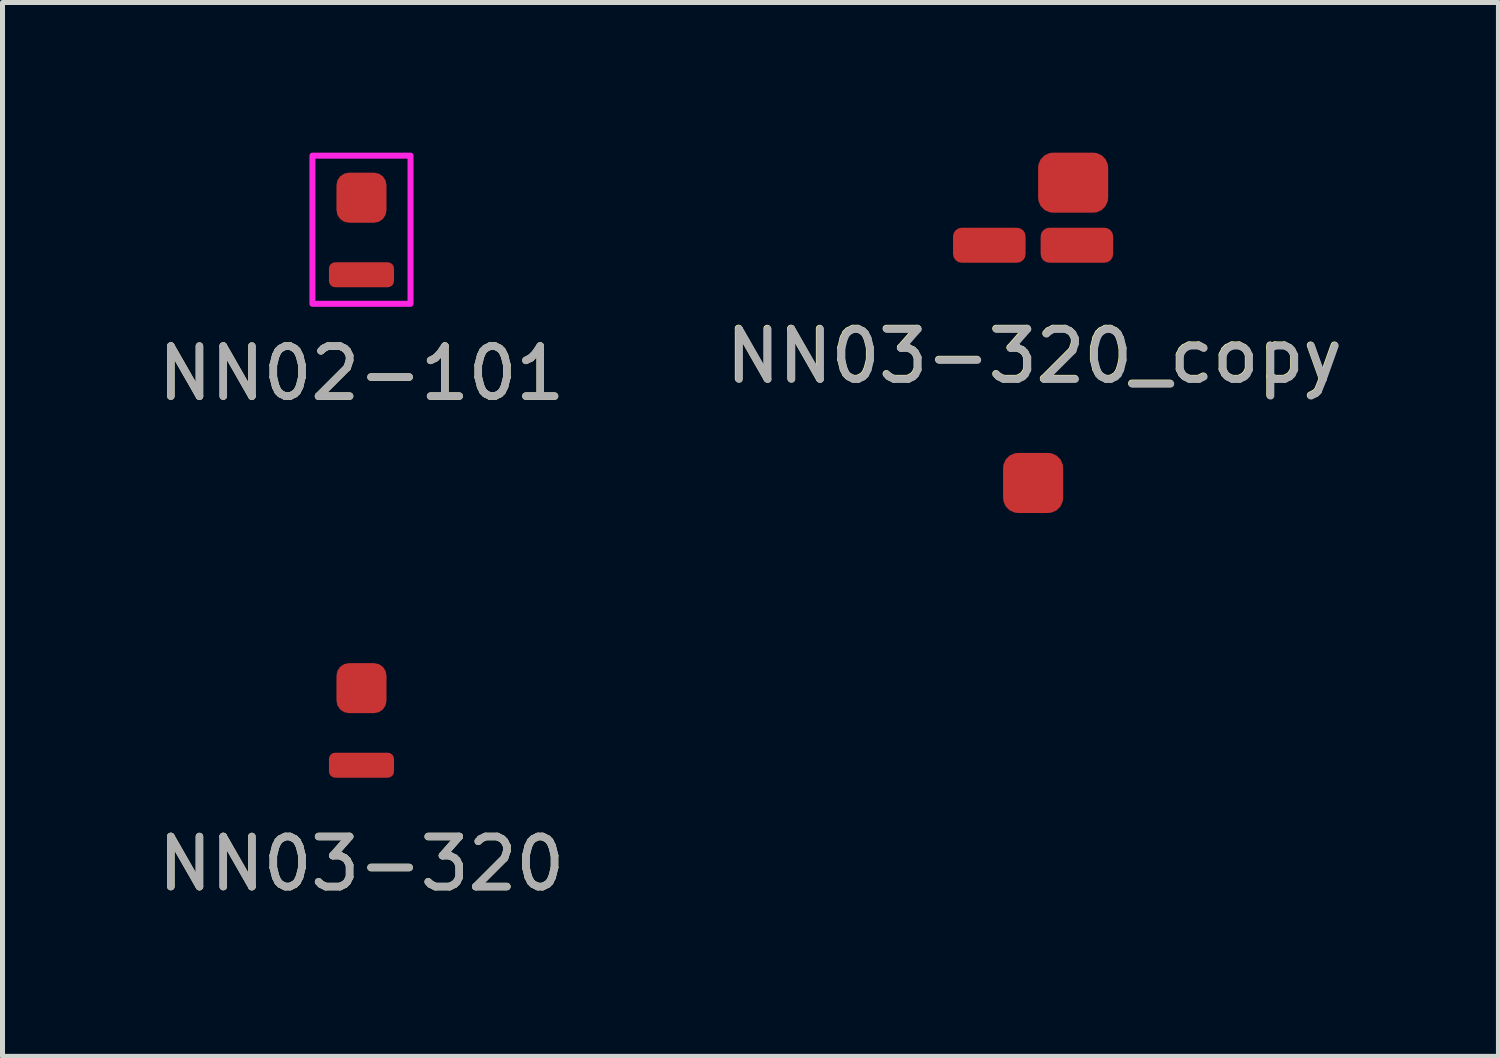
<source format=kicad_pcb>
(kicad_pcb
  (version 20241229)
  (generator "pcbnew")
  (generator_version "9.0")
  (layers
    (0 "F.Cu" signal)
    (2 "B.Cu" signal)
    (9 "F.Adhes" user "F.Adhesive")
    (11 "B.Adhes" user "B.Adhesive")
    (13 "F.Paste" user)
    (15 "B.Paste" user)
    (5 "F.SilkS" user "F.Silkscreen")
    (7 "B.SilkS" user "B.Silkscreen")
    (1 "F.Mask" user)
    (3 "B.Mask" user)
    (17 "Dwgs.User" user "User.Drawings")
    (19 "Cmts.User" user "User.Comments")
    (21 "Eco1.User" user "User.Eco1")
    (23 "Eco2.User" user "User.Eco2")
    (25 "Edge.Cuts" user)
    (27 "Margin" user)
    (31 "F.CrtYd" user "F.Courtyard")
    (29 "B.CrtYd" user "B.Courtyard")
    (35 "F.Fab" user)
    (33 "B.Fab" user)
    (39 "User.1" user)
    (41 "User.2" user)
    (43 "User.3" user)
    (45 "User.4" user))
  (footprint "NN03-320_copy"
    (layer "F.Cu")
    (at 17.593 4.06)
    (property "Reference" "NN03-320_copy" (at 0.02 0 0) (unlocked yes) (layer "F.SilkS") (effects (font (size 1 1) (thickness 0.15))))
    (attr smd)
    (fp_text user "${REFERENCE}" (at 0.03 0.01 0) (unlocked yes) (layer "F.Fab") (effects (font (size 1 1) (thickness 0.15))))
    (pad "1" smd roundrect (at 0 2.54) (size 1.2 1.2) (layers "F.Cu" "F.Mask" "F.Paste") (roundrect_rratio 0.25))
    (pad "2" smd roundrect (at -0.875 -2.21) (size 1.45 0.7) (layers "F.Cu" "F.Mask" "F.Paste") (roundrect_rratio 0.25))
    (pad "3" smd roundrect (at 0.875 -2.21) (size 1.45 0.7) (layers "F.Cu" "F.Mask" "F.Paste") (roundrect_rratio 0.25))
    (pad "4" smd roundrect (at 0.8 -3.46) (size 1.4 1.2) (layers "F.Cu" "F.Mask" "F.Paste") (roundrect_rratio 0.25)))
  (footprint "NN03-320"
    (layer "F.Cu")
    (at 4.173 11.52)
    (property "Reference" "NN03-320" (at 0 2.69 0) (unlocked yes) (layer "F.SilkS") (effects (font (size 1 1) (thickness 0.15))))
    (attr smd)
    (fp_text user "${REFERENCE}" (at 0 2.69 0) (unlocked yes) (layer "F.Fab") (effects (font (size 1 1) (thickness 0.15))))
    (pad "1" smd roundrect (at 0 -0.82) (size 1 1) (layers "F.Cu" "F.Mask" "F.Paste") (roundrect_rratio 0.25))
    (pad "2" smd roundrect (at 0 0.72) (size 1.3 0.5) (layers "F.Cu" "F.Mask" "F.Paste") (roundrect_rratio 0.25)))
  (footprint "NN02-101"
    (layer "F.Cu")
    (at 4.173 1.72)
    (property "Reference" "NN02-101" (at 0 2.69 0) (unlocked yes) (layer "F.SilkS") (effects (font (size 1 1) (thickness 0.15))))
    (attr smd)
    (fp_rect (start -0.98 -1.66) (end 0.98 1.3) (stroke (width 0.12) (type solid)) (fill no) (layer "F.CrtYd"))
    (fp_text user "${REFERENCE}" (at 0 2.69 0) (unlocked yes) (layer "F.Fab") (effects (font (size 1 1) (thickness 0.15))))
    (pad "1" smd roundrect (at 0 0.72) (size 1.3 0.5) (layers "F.Cu" "F.Mask" "F.Paste") (roundrect_rratio 0.25))
    (pad "2" smd roundrect (at 0 -0.82) (size 1 1) (layers "F.Cu" "F.Mask" "F.Paste") (roundrect_rratio 0.25)))
  (gr_rect
    (start -3 -3)
    (end 26.891 18.058)
    (stroke (width 0.1) (type default))
    (fill no)
    (layer "Edge.Cuts")))
</source>
